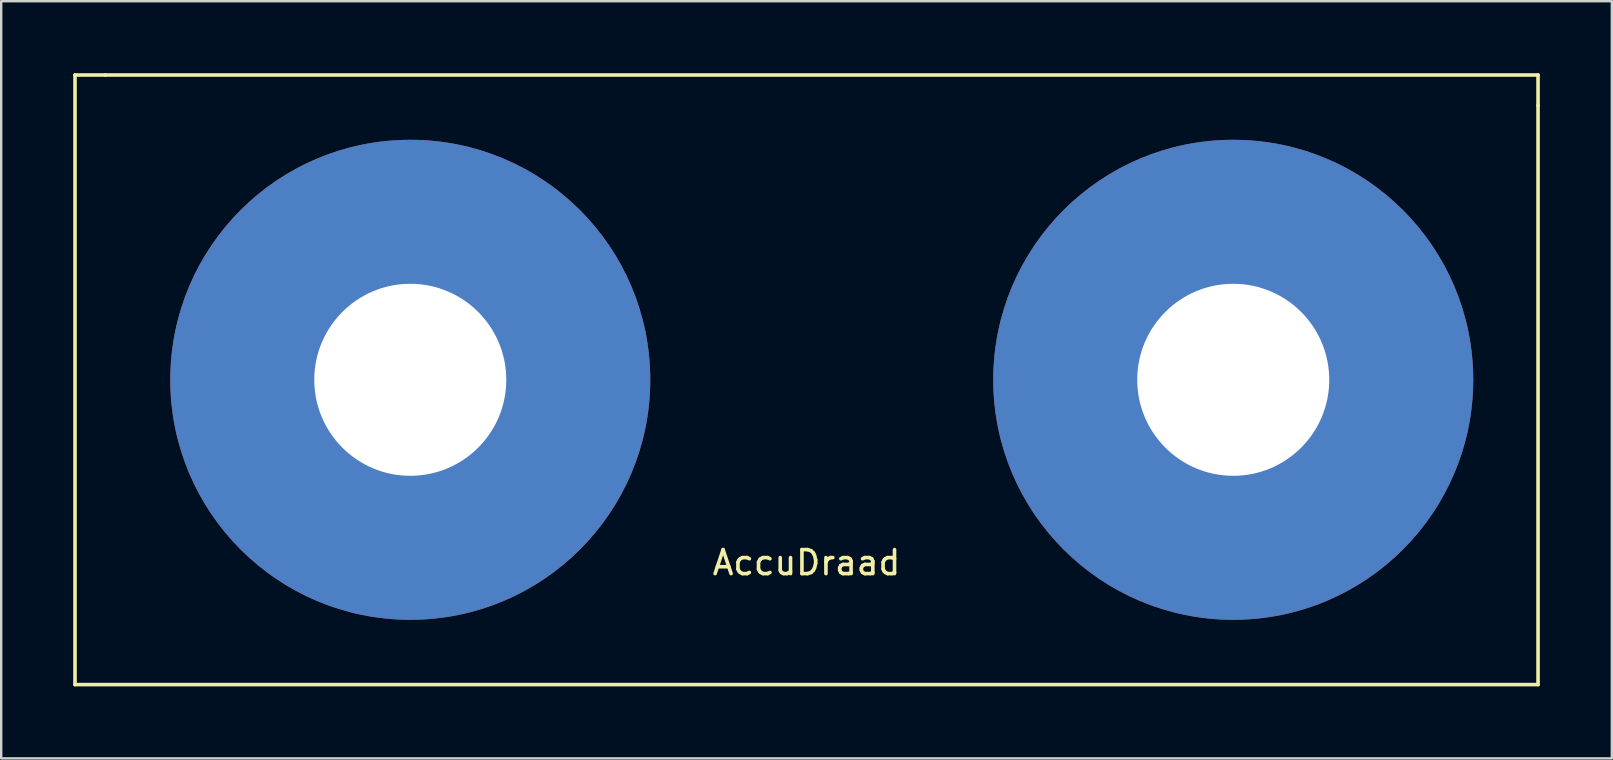
<source format=kicad_pcb>
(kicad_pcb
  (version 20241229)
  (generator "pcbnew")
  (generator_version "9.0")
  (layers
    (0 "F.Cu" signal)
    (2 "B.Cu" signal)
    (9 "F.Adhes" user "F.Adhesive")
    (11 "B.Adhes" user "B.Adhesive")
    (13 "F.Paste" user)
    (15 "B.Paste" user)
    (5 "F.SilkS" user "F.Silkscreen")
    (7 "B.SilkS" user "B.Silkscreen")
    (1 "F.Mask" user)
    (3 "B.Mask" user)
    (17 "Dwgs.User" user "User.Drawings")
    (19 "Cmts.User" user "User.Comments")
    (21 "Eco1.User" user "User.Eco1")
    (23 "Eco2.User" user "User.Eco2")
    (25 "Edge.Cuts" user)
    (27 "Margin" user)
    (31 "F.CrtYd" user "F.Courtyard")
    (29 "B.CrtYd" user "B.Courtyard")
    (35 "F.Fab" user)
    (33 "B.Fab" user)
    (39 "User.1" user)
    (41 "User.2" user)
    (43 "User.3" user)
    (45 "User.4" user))
  (footprint "AccuDraad"
    (layer "F.Cu")
    (at 14.045 12.775)
    (property "Reference" "AccuDraad" (at 16.51 7.62 0) (layer "F.SilkS") (effects (font (size 1 1) (thickness 0.15))))
    (attr through_hole)
    (fp_line (start -13.97 -12.7) (end -13.97 12.7) (stroke (width 0.15) (type solid)) (layer "F.SilkS"))
    (fp_line (start -13.97 12.7) (end 46.99 12.7) (stroke (width 0.15) (type solid)) (layer "F.SilkS"))
    (fp_line (start -12.7 -12.7) (end -13.97 -12.7) (stroke (width 0.15) (type solid)) (layer "F.SilkS"))
    (fp_line (start 46.99 -12.7) (end -12.7 -12.7) (stroke (width 0.15) (type solid)) (layer "F.SilkS"))
    (fp_line (start 46.99 -11.43) (end 46.99 -12.7) (stroke (width 0.15) (type solid)) (layer "F.SilkS"))
    (fp_line (start 46.99 12.7) (end 46.99 -11.43) (stroke (width 0.15) (type solid)) (layer "F.SilkS"))
    (pad "1" thru_hole circle (at 0 0) (size 20 20) (drill 8) (layers "*.Cu" "*.Mask"))
    (pad "2" thru_hole circle (at 34.29 0) (size 20 20) (drill 8) (layers "*.Cu" "*.Mask")))
  (gr_rect
    (start -3 -3)
    (end 64.11 28.55)
    (stroke (width 0.1) (type default))
    (fill no)
    (layer "Edge.Cuts")))
</source>
